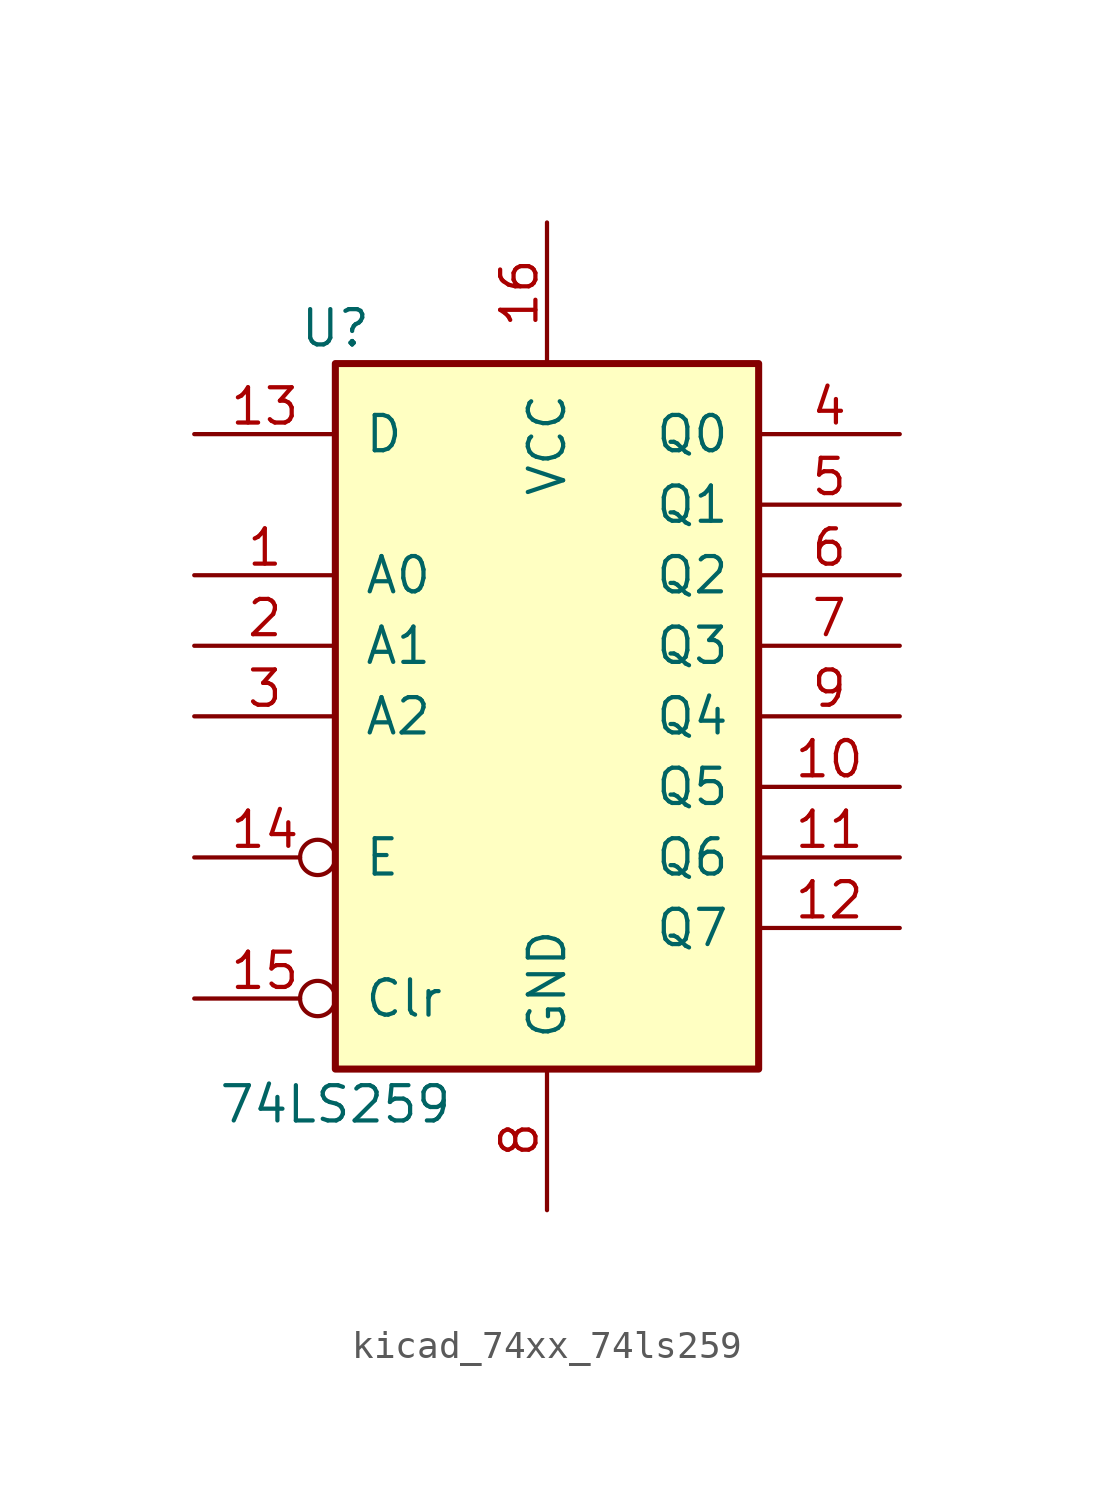
<source format=kicad_sym>
(kicad_symbol_lib
  (version 20220914)
  (generator kicad_symbol_editor)
  (symbol "kicad_74xx_74ls259"
    (pin_names
      (offset 1.016))
    (property "Reference" "U"
      (at -7.62 13.97 0)
      (effects (font (size 1.27 1.27))))
    (property "Value" "74LS259"
      (at -7.62 -13.97 0)
      (effects (font (size 1.27 1.27))))
    (property "ki_locked" ""
      (at 0 0 0)
      (effects (font (size 1.27 1.27))))
    (symbol "kicad_74xx_74ls259_1_0"
      (pin input line (at -12.7 5.08 0) (length 5.08) (name "A0" (effects (font (size 1.27 1.27)))) (number "1" (effects (font (size 1.27 1.27)))))
      (pin output line (at 12.7 -2.54 180) (length 5.08) (name "Q5" (effects (font (size 1.27 1.27)))) (number "10" (effects (font (size 1.27 1.27)))))
      (pin output line (at 12.7 -5.08 180) (length 5.08) (name "Q6" (effects (font (size 1.27 1.27)))) (number "11" (effects (font (size 1.27 1.27)))))
      (pin output line (at 12.7 -7.62 180) (length 5.08) (name "Q7" (effects (font (size 1.27 1.27)))) (number "12" (effects (font (size 1.27 1.27)))))
      (pin input line (at -12.7 10.16 0) (length 5.08) (name "D" (effects (font (size 1.27 1.27)))) (number "13" (effects (font (size 1.27 1.27)))))
      (pin input inverted (at -12.7 -5.08 0) (length 5.08) (name "E" (effects (font (size 1.27 1.27)))) (number "14" (effects (font (size 1.27 1.27)))))
      (pin input inverted (at -12.7 -10.16 0) (length 5.08) (name "Clr" (effects (font (size 1.27 1.27)))) (number "15" (effects (font (size 1.27 1.27)))))
      (pin power_in line (at 0 17.78 270) (length 5.08) (name "VCC" (effects (font (size 1.27 1.27)))) (number "16" (effects (font (size 1.27 1.27)))))
      (pin input line (at -12.7 2.54 0) (length 5.08) (name "A1" (effects (font (size 1.27 1.27)))) (number "2" (effects (font (size 1.27 1.27)))))
      (pin input line (at -12.7 0 0) (length 5.08) (name "A2" (effects (font (size 1.27 1.27)))) (number "3" (effects (font (size 1.27 1.27)))))
      (pin output line (at 12.7 10.16 180) (length 5.08) (name "Q0" (effects (font (size 1.27 1.27)))) (number "4" (effects (font (size 1.27 1.27)))))
      (pin output line (at 12.7 7.62 180) (length 5.08) (name "Q1" (effects (font (size 1.27 1.27)))) (number "5" (effects (font (size 1.27 1.27)))))
      (pin output line (at 12.7 5.08 180) (length 5.08) (name "Q2" (effects (font (size 1.27 1.27)))) (number "6" (effects (font (size 1.27 1.27)))))
      (pin output line (at 12.7 2.54 180) (length 5.08) (name "Q3" (effects (font (size 1.27 1.27)))) (number "7" (effects (font (size 1.27 1.27)))))
      (pin power_in line (at 0 -17.78 90) (length 5.08) (name "GND" (effects (font (size 1.27 1.27)))) (number "8" (effects (font (size 1.27 1.27)))))
      (pin output line (at 12.7 0 180) (length 5.08) (name "Q4" (effects (font (size 1.27 1.27)))) (number "9" (effects (font (size 1.27 1.27))))))
    (symbol "kicad_74xx_74ls259_1_1"
      (rectangle (start -7.62 12.7) (end 7.62 -12.7) (stroke (width 0.254) (type default)) (fill (type background))))))
</source>
